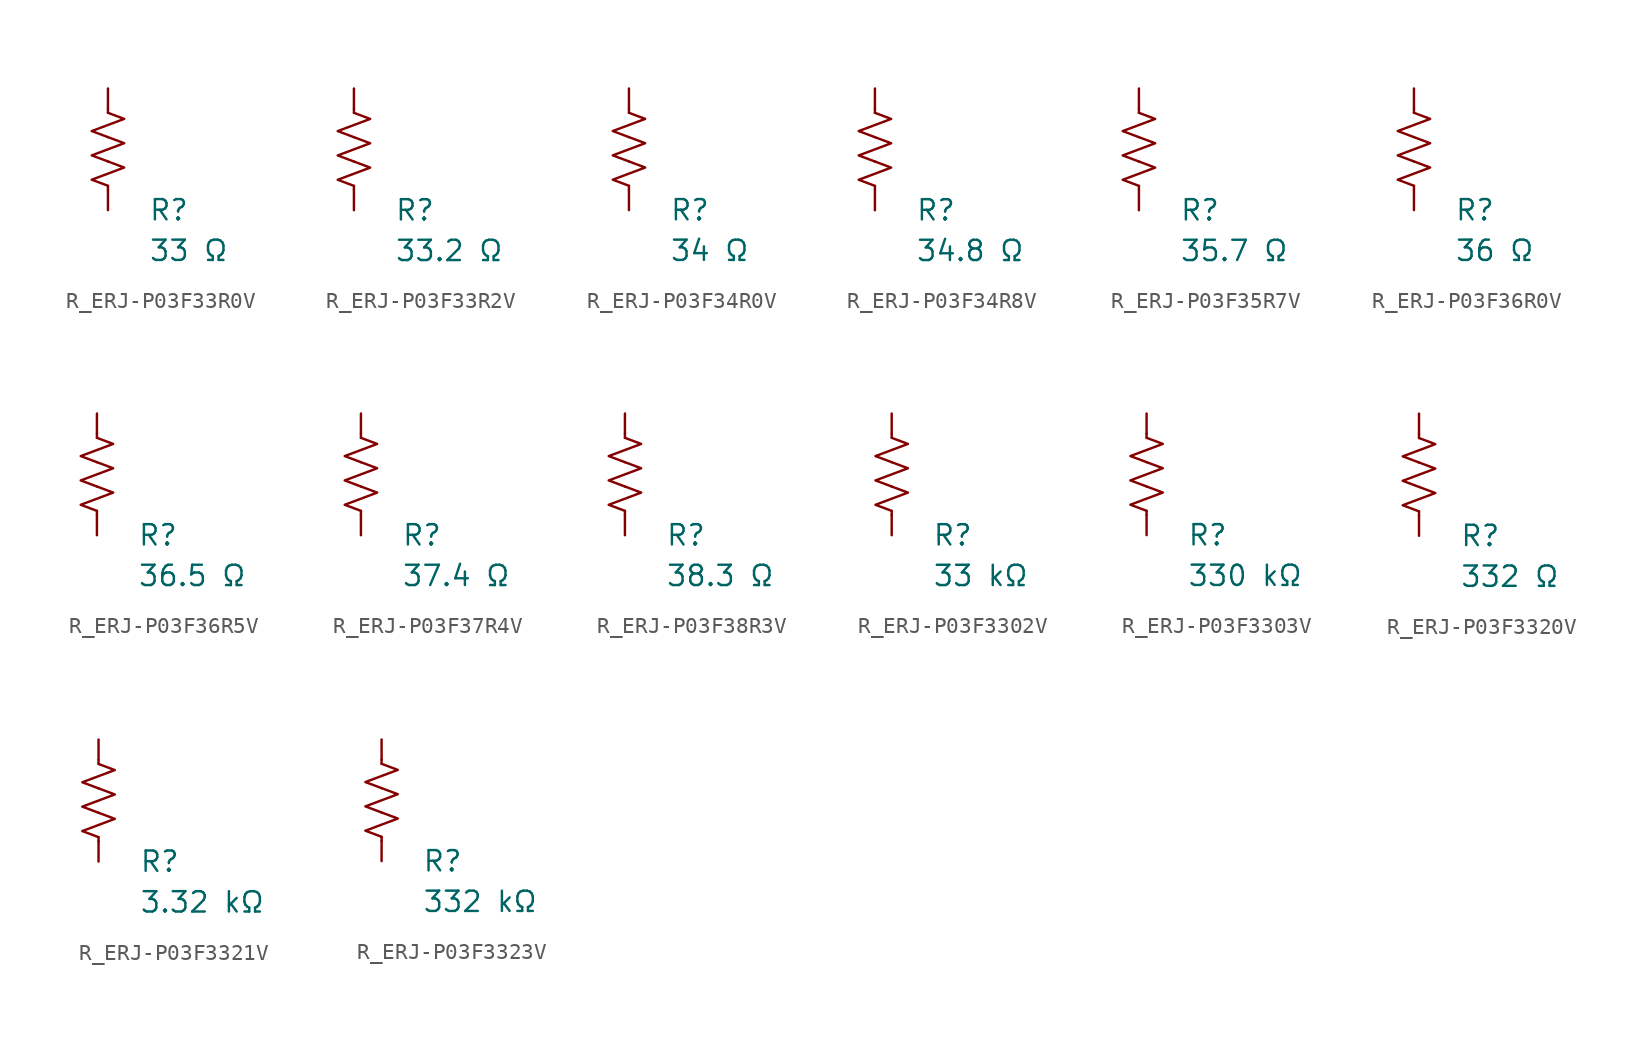
<source format=kicad_sym>
(kicad_symbol_lib
  (version 20231120)
  (generator "kicad_symbol_editor")
  (generator_version "8.0")
  (symbol "R_ERJ-P03F33R0V"
    (pin_numbers hide)
    (pin_names
      (offset 0))
    (property "Reference" "R"
      (at 2.54 -3.81 0)
      (effects (font (size 1.27 1.27)) (justify left))
      (show_name no))
    (property "Value" "33 Ω"
      (at 2.54 -6.35 0)
      (effects (font (size 1.27 1.27)) (justify left))
      (show_name no))
    (symbol "R_ERJ-P03F33R0V_0_1"
      (polyline (pts (xy 0 -2.286) (xy 0 -2.54)) (stroke (width 0) (type default)) (fill (type none)))
      (polyline (pts (xy 0 2.286) (xy 0 2.54)) (stroke (width 0) (type default)) (fill (type none)))
      (polyline (pts (xy 0 -0.762) (xy 1.016 -1.143) (xy 0 -1.524) (xy -1.016 -1.905) (xy 0 -2.286)) (stroke (width 0) (type default)) (fill (type none)))
      (polyline (pts (xy 0 0.762) (xy 1.016 0.381) (xy 0 0) (xy -1.016 -0.381) (xy 0 -0.762)) (stroke (width 0) (type default)) (fill (type none)))
      (polyline (pts (xy 0 2.286) (xy 1.016 1.905) (xy 0 1.524) (xy -1.016 1.143) (xy 0 0.762)) (stroke (width 0) (type default)) (fill (type none))))
    (symbol "R_ERJ-P03F33R0V_1_1"
      (pin passive line (at 0 3.81 270) (length 1.27) (name "~" (effects (font (size 1.27 1.27)))) (number "1" (effects (font (size 1.27 1.27)))))
      (pin passive line (at 0 -3.81 90) (length 1.27) (name "~" (effects (font (size 1.27 1.27)))) (number "2" (effects (font (size 1.27 1.27)))))))
  (symbol "R_ERJ-P03F33R2V"
    (pin_numbers hide)
    (pin_names
      (offset 0))
    (property "Reference" "R"
      (at 2.54 -3.81 0)
      (effects (font (size 1.27 1.27)) (justify left))
      (show_name no))
    (property "Value" "33.2 Ω"
      (at 2.54 -6.35 0)
      (effects (font (size 1.27 1.27)) (justify left))
      (show_name no))
    (symbol "R_ERJ-P03F33R2V_0_1"
      (polyline (pts (xy 0 -2.286) (xy 0 -2.54)) (stroke (width 0) (type default)) (fill (type none)))
      (polyline (pts (xy 0 2.286) (xy 0 2.54)) (stroke (width 0) (type default)) (fill (type none)))
      (polyline (pts (xy 0 -0.762) (xy 1.016 -1.143) (xy 0 -1.524) (xy -1.016 -1.905) (xy 0 -2.286)) (stroke (width 0) (type default)) (fill (type none)))
      (polyline (pts (xy 0 0.762) (xy 1.016 0.381) (xy 0 0) (xy -1.016 -0.381) (xy 0 -0.762)) (stroke (width 0) (type default)) (fill (type none)))
      (polyline (pts (xy 0 2.286) (xy 1.016 1.905) (xy 0 1.524) (xy -1.016 1.143) (xy 0 0.762)) (stroke (width 0) (type default)) (fill (type none))))
    (symbol "R_ERJ-P03F33R2V_1_1"
      (pin passive line (at 0 3.81 270) (length 1.27) (name "~" (effects (font (size 1.27 1.27)))) (number "1" (effects (font (size 1.27 1.27)))))
      (pin passive line (at 0 -3.81 90) (length 1.27) (name "~" (effects (font (size 1.27 1.27)))) (number "2" (effects (font (size 1.27 1.27)))))))
  (symbol "R_ERJ-P03F34R0V"
    (pin_numbers hide)
    (pin_names
      (offset 0))
    (property "Reference" "R"
      (at 2.54 -3.81 0)
      (effects (font (size 1.27 1.27)) (justify left))
      (show_name no))
    (property "Value" "34 Ω"
      (at 2.54 -6.35 0)
      (effects (font (size 1.27 1.27)) (justify left))
      (show_name no))
    (symbol "R_ERJ-P03F34R0V_0_1"
      (polyline (pts (xy 0 -2.286) (xy 0 -2.54)) (stroke (width 0) (type default)) (fill (type none)))
      (polyline (pts (xy 0 2.286) (xy 0 2.54)) (stroke (width 0) (type default)) (fill (type none)))
      (polyline (pts (xy 0 -0.762) (xy 1.016 -1.143) (xy 0 -1.524) (xy -1.016 -1.905) (xy 0 -2.286)) (stroke (width 0) (type default)) (fill (type none)))
      (polyline (pts (xy 0 0.762) (xy 1.016 0.381) (xy 0 0) (xy -1.016 -0.381) (xy 0 -0.762)) (stroke (width 0) (type default)) (fill (type none)))
      (polyline (pts (xy 0 2.286) (xy 1.016 1.905) (xy 0 1.524) (xy -1.016 1.143) (xy 0 0.762)) (stroke (width 0) (type default)) (fill (type none))))
    (symbol "R_ERJ-P03F34R0V_1_1"
      (pin passive line (at 0 3.81 270) (length 1.27) (name "~" (effects (font (size 1.27 1.27)))) (number "1" (effects (font (size 1.27 1.27)))))
      (pin passive line (at 0 -3.81 90) (length 1.27) (name "~" (effects (font (size 1.27 1.27)))) (number "2" (effects (font (size 1.27 1.27)))))))
  (symbol "R_ERJ-P03F34R8V"
    (pin_numbers hide)
    (pin_names
      (offset 0))
    (property "Reference" "R"
      (at 2.54 -3.81 0)
      (effects (font (size 1.27 1.27)) (justify left))
      (show_name no))
    (property "Value" "34.8 Ω"
      (at 2.54 -6.35 0)
      (effects (font (size 1.27 1.27)) (justify left))
      (show_name no))
    (symbol "R_ERJ-P03F34R8V_0_1"
      (polyline (pts (xy 0 -2.286) (xy 0 -2.54)) (stroke (width 0) (type default)) (fill (type none)))
      (polyline (pts (xy 0 2.286) (xy 0 2.54)) (stroke (width 0) (type default)) (fill (type none)))
      (polyline (pts (xy 0 -0.762) (xy 1.016 -1.143) (xy 0 -1.524) (xy -1.016 -1.905) (xy 0 -2.286)) (stroke (width 0) (type default)) (fill (type none)))
      (polyline (pts (xy 0 0.762) (xy 1.016 0.381) (xy 0 0) (xy -1.016 -0.381) (xy 0 -0.762)) (stroke (width 0) (type default)) (fill (type none)))
      (polyline (pts (xy 0 2.286) (xy 1.016 1.905) (xy 0 1.524) (xy -1.016 1.143) (xy 0 0.762)) (stroke (width 0) (type default)) (fill (type none))))
    (symbol "R_ERJ-P03F34R8V_1_1"
      (pin passive line (at 0 3.81 270) (length 1.27) (name "~" (effects (font (size 1.27 1.27)))) (number "1" (effects (font (size 1.27 1.27)))))
      (pin passive line (at 0 -3.81 90) (length 1.27) (name "~" (effects (font (size 1.27 1.27)))) (number "2" (effects (font (size 1.27 1.27)))))))
  (symbol "R_ERJ-P03F35R7V"
    (pin_numbers hide)
    (pin_names
      (offset 0))
    (property "Reference" "R"
      (at 2.54 -3.81 0)
      (effects (font (size 1.27 1.27)) (justify left))
      (show_name no))
    (property "Value" "35.7 Ω"
      (at 2.54 -6.35 0)
      (effects (font (size 1.27 1.27)) (justify left))
      (show_name no))
    (symbol "R_ERJ-P03F35R7V_0_1"
      (polyline (pts (xy 0 -2.286) (xy 0 -2.54)) (stroke (width 0) (type default)) (fill (type none)))
      (polyline (pts (xy 0 2.286) (xy 0 2.54)) (stroke (width 0) (type default)) (fill (type none)))
      (polyline (pts (xy 0 -0.762) (xy 1.016 -1.143) (xy 0 -1.524) (xy -1.016 -1.905) (xy 0 -2.286)) (stroke (width 0) (type default)) (fill (type none)))
      (polyline (pts (xy 0 0.762) (xy 1.016 0.381) (xy 0 0) (xy -1.016 -0.381) (xy 0 -0.762)) (stroke (width 0) (type default)) (fill (type none)))
      (polyline (pts (xy 0 2.286) (xy 1.016 1.905) (xy 0 1.524) (xy -1.016 1.143) (xy 0 0.762)) (stroke (width 0) (type default)) (fill (type none))))
    (symbol "R_ERJ-P03F35R7V_1_1"
      (pin passive line (at 0 3.81 270) (length 1.27) (name "~" (effects (font (size 1.27 1.27)))) (number "1" (effects (font (size 1.27 1.27)))))
      (pin passive line (at 0 -3.81 90) (length 1.27) (name "~" (effects (font (size 1.27 1.27)))) (number "2" (effects (font (size 1.27 1.27)))))))
  (symbol "R_ERJ-P03F36R0V"
    (pin_numbers hide)
    (pin_names
      (offset 0))
    (property "Reference" "R"
      (at 2.54 -3.81 0)
      (effects (font (size 1.27 1.27)) (justify left))
      (show_name no))
    (property "Value" "36 Ω"
      (at 2.54 -6.35 0)
      (effects (font (size 1.27 1.27)) (justify left))
      (show_name no))
    (symbol "R_ERJ-P03F36R0V_0_1"
      (polyline (pts (xy 0 -2.286) (xy 0 -2.54)) (stroke (width 0) (type default)) (fill (type none)))
      (polyline (pts (xy 0 2.286) (xy 0 2.54)) (stroke (width 0) (type default)) (fill (type none)))
      (polyline (pts (xy 0 -0.762) (xy 1.016 -1.143) (xy 0 -1.524) (xy -1.016 -1.905) (xy 0 -2.286)) (stroke (width 0) (type default)) (fill (type none)))
      (polyline (pts (xy 0 0.762) (xy 1.016 0.381) (xy 0 0) (xy -1.016 -0.381) (xy 0 -0.762)) (stroke (width 0) (type default)) (fill (type none)))
      (polyline (pts (xy 0 2.286) (xy 1.016 1.905) (xy 0 1.524) (xy -1.016 1.143) (xy 0 0.762)) (stroke (width 0) (type default)) (fill (type none))))
    (symbol "R_ERJ-P03F36R0V_1_1"
      (pin passive line (at 0 3.81 270) (length 1.27) (name "~" (effects (font (size 1.27 1.27)))) (number "1" (effects (font (size 1.27 1.27)))))
      (pin passive line (at 0 -3.81 90) (length 1.27) (name "~" (effects (font (size 1.27 1.27)))) (number "2" (effects (font (size 1.27 1.27)))))))
  (symbol "R_ERJ-P03F36R5V"
    (pin_numbers hide)
    (pin_names
      (offset 0))
    (property "Reference" "R"
      (at 2.54 -3.81 0)
      (effects (font (size 1.27 1.27)) (justify left))
      (show_name no))
    (property "Value" "36.5 Ω"
      (at 2.54 -6.35 0)
      (effects (font (size 1.27 1.27)) (justify left))
      (show_name no))
    (symbol "R_ERJ-P03F36R5V_0_1"
      (polyline (pts (xy 0 -2.286) (xy 0 -2.54)) (stroke (width 0) (type default)) (fill (type none)))
      (polyline (pts (xy 0 2.286) (xy 0 2.54)) (stroke (width 0) (type default)) (fill (type none)))
      (polyline (pts (xy 0 -0.762) (xy 1.016 -1.143) (xy 0 -1.524) (xy -1.016 -1.905) (xy 0 -2.286)) (stroke (width 0) (type default)) (fill (type none)))
      (polyline (pts (xy 0 0.762) (xy 1.016 0.381) (xy 0 0) (xy -1.016 -0.381) (xy 0 -0.762)) (stroke (width 0) (type default)) (fill (type none)))
      (polyline (pts (xy 0 2.286) (xy 1.016 1.905) (xy 0 1.524) (xy -1.016 1.143) (xy 0 0.762)) (stroke (width 0) (type default)) (fill (type none))))
    (symbol "R_ERJ-P03F36R5V_1_1"
      (pin passive line (at 0 3.81 270) (length 1.27) (name "~" (effects (font (size 1.27 1.27)))) (number "1" (effects (font (size 1.27 1.27)))))
      (pin passive line (at 0 -3.81 90) (length 1.27) (name "~" (effects (font (size 1.27 1.27)))) (number "2" (effects (font (size 1.27 1.27)))))))
  (symbol "R_ERJ-P03F37R4V"
    (pin_numbers hide)
    (pin_names
      (offset 0))
    (property "Reference" "R"
      (at 2.54 -3.81 0)
      (effects (font (size 1.27 1.27)) (justify left))
      (show_name no))
    (property "Value" "37.4 Ω"
      (at 2.54 -6.35 0)
      (effects (font (size 1.27 1.27)) (justify left))
      (show_name no))
    (symbol "R_ERJ-P03F37R4V_0_1"
      (polyline (pts (xy 0 -2.286) (xy 0 -2.54)) (stroke (width 0) (type default)) (fill (type none)))
      (polyline (pts (xy 0 2.286) (xy 0 2.54)) (stroke (width 0) (type default)) (fill (type none)))
      (polyline (pts (xy 0 -0.762) (xy 1.016 -1.143) (xy 0 -1.524) (xy -1.016 -1.905) (xy 0 -2.286)) (stroke (width 0) (type default)) (fill (type none)))
      (polyline (pts (xy 0 0.762) (xy 1.016 0.381) (xy 0 0) (xy -1.016 -0.381) (xy 0 -0.762)) (stroke (width 0) (type default)) (fill (type none)))
      (polyline (pts (xy 0 2.286) (xy 1.016 1.905) (xy 0 1.524) (xy -1.016 1.143) (xy 0 0.762)) (stroke (width 0) (type default)) (fill (type none))))
    (symbol "R_ERJ-P03F37R4V_1_1"
      (pin passive line (at 0 3.81 270) (length 1.27) (name "~" (effects (font (size 1.27 1.27)))) (number "1" (effects (font (size 1.27 1.27)))))
      (pin passive line (at 0 -3.81 90) (length 1.27) (name "~" (effects (font (size 1.27 1.27)))) (number "2" (effects (font (size 1.27 1.27)))))))
  (symbol "R_ERJ-P03F38R3V"
    (pin_numbers hide)
    (pin_names
      (offset 0))
    (property "Reference" "R"
      (at 2.54 -3.81 0)
      (effects (font (size 1.27 1.27)) (justify left))
      (show_name no))
    (property "Value" "38.3 Ω"
      (at 2.54 -6.35 0)
      (effects (font (size 1.27 1.27)) (justify left))
      (show_name no))
    (symbol "R_ERJ-P03F38R3V_0_1"
      (polyline (pts (xy 0 -2.286) (xy 0 -2.54)) (stroke (width 0) (type default)) (fill (type none)))
      (polyline (pts (xy 0 2.286) (xy 0 2.54)) (stroke (width 0) (type default)) (fill (type none)))
      (polyline (pts (xy 0 -0.762) (xy 1.016 -1.143) (xy 0 -1.524) (xy -1.016 -1.905) (xy 0 -2.286)) (stroke (width 0) (type default)) (fill (type none)))
      (polyline (pts (xy 0 0.762) (xy 1.016 0.381) (xy 0 0) (xy -1.016 -0.381) (xy 0 -0.762)) (stroke (width 0) (type default)) (fill (type none)))
      (polyline (pts (xy 0 2.286) (xy 1.016 1.905) (xy 0 1.524) (xy -1.016 1.143) (xy 0 0.762)) (stroke (width 0) (type default)) (fill (type none))))
    (symbol "R_ERJ-P03F38R3V_1_1"
      (pin passive line (at 0 3.81 270) (length 1.27) (name "~" (effects (font (size 1.27 1.27)))) (number "1" (effects (font (size 1.27 1.27)))))
      (pin passive line (at 0 -3.81 90) (length 1.27) (name "~" (effects (font (size 1.27 1.27)))) (number "2" (effects (font (size 1.27 1.27)))))))
  (symbol "R_ERJ-P03F3302V"
    (pin_numbers hide)
    (pin_names
      (offset 0))
    (property "Reference" "R"
      (at 2.54 -3.81 0)
      (effects (font (size 1.27 1.27)) (justify left))
      (show_name no))
    (property "Value" "33 kΩ"
      (at 2.54 -6.35 0)
      (effects (font (size 1.27 1.27)) (justify left))
      (show_name no))
    (symbol "R_ERJ-P03F3302V_0_1"
      (polyline (pts (xy 0 -2.286) (xy 0 -2.54)) (stroke (width 0) (type default)) (fill (type none)))
      (polyline (pts (xy 0 2.286) (xy 0 2.54)) (stroke (width 0) (type default)) (fill (type none)))
      (polyline (pts (xy 0 -0.762) (xy 1.016 -1.143) (xy 0 -1.524) (xy -1.016 -1.905) (xy 0 -2.286)) (stroke (width 0) (type default)) (fill (type none)))
      (polyline (pts (xy 0 0.762) (xy 1.016 0.381) (xy 0 0) (xy -1.016 -0.381) (xy 0 -0.762)) (stroke (width 0) (type default)) (fill (type none)))
      (polyline (pts (xy 0 2.286) (xy 1.016 1.905) (xy 0 1.524) (xy -1.016 1.143) (xy 0 0.762)) (stroke (width 0) (type default)) (fill (type none))))
    (symbol "R_ERJ-P03F3302V_1_1"
      (pin passive line (at 0 3.81 270) (length 1.27) (name "~" (effects (font (size 1.27 1.27)))) (number "1" (effects (font (size 1.27 1.27)))))
      (pin passive line (at 0 -3.81 90) (length 1.27) (name "~" (effects (font (size 1.27 1.27)))) (number "2" (effects (font (size 1.27 1.27)))))))
  (symbol "R_ERJ-P03F3303V"
    (pin_numbers hide)
    (pin_names
      (offset 0))
    (property "Reference" "R"
      (at 2.54 -3.81 0)
      (effects (font (size 1.27 1.27)) (justify left))
      (show_name no))
    (property "Value" "330 kΩ"
      (at 2.54 -6.35 0)
      (effects (font (size 1.27 1.27)) (justify left))
      (show_name no))
    (symbol "R_ERJ-P03F3303V_0_1"
      (polyline (pts (xy 0 -2.286) (xy 0 -2.54)) (stroke (width 0) (type default)) (fill (type none)))
      (polyline (pts (xy 0 2.286) (xy 0 2.54)) (stroke (width 0) (type default)) (fill (type none)))
      (polyline (pts (xy 0 -0.762) (xy 1.016 -1.143) (xy 0 -1.524) (xy -1.016 -1.905) (xy 0 -2.286)) (stroke (width 0) (type default)) (fill (type none)))
      (polyline (pts (xy 0 0.762) (xy 1.016 0.381) (xy 0 0) (xy -1.016 -0.381) (xy 0 -0.762)) (stroke (width 0) (type default)) (fill (type none)))
      (polyline (pts (xy 0 2.286) (xy 1.016 1.905) (xy 0 1.524) (xy -1.016 1.143) (xy 0 0.762)) (stroke (width 0) (type default)) (fill (type none))))
    (symbol "R_ERJ-P03F3303V_1_1"
      (pin passive line (at 0 3.81 270) (length 1.27) (name "~" (effects (font (size 1.27 1.27)))) (number "1" (effects (font (size 1.27 1.27)))))
      (pin passive line (at 0 -3.81 90) (length 1.27) (name "~" (effects (font (size 1.27 1.27)))) (number "2" (effects (font (size 1.27 1.27)))))))
  (symbol "R_ERJ-P03F3320V"
    (pin_numbers hide)
    (pin_names
      (offset 0))
    (property "Reference" "R"
      (at 2.54 -3.81 0)
      (effects (font (size 1.27 1.27)) (justify left))
      (show_name no))
    (property "Value" "332 Ω"
      (at 2.54 -6.35 0)
      (effects (font (size 1.27 1.27)) (justify left))
      (show_name no))
    (symbol "R_ERJ-P03F3320V_0_1"
      (polyline (pts (xy 0 -2.286) (xy 0 -2.54)) (stroke (width 0) (type default)) (fill (type none)))
      (polyline (pts (xy 0 2.286) (xy 0 2.54)) (stroke (width 0) (type default)) (fill (type none)))
      (polyline (pts (xy 0 -0.762) (xy 1.016 -1.143) (xy 0 -1.524) (xy -1.016 -1.905) (xy 0 -2.286)) (stroke (width 0) (type default)) (fill (type none)))
      (polyline (pts (xy 0 0.762) (xy 1.016 0.381) (xy 0 0) (xy -1.016 -0.381) (xy 0 -0.762)) (stroke (width 0) (type default)) (fill (type none)))
      (polyline (pts (xy 0 2.286) (xy 1.016 1.905) (xy 0 1.524) (xy -1.016 1.143) (xy 0 0.762)) (stroke (width 0) (type default)) (fill (type none))))
    (symbol "R_ERJ-P03F3320V_1_1"
      (pin passive line (at 0 3.81 270) (length 1.27) (name "~" (effects (font (size 1.27 1.27)))) (number "1" (effects (font (size 1.27 1.27)))))
      (pin passive line (at 0 -3.81 90) (length 1.27) (name "~" (effects (font (size 1.27 1.27)))) (number "2" (effects (font (size 1.27 1.27)))))))
  (symbol "R_ERJ-P03F3321V"
    (pin_numbers hide)
    (pin_names
      (offset 0))
    (property "Reference" "R"
      (at 2.54 -3.81 0)
      (effects (font (size 1.27 1.27)) (justify left))
      (show_name no))
    (property "Value" "3.32 kΩ"
      (at 2.54 -6.35 0)
      (effects (font (size 1.27 1.27)) (justify left))
      (show_name no))
    (symbol "R_ERJ-P03F3321V_0_1"
      (polyline (pts (xy 0 -2.286) (xy 0 -2.54)) (stroke (width 0) (type default)) (fill (type none)))
      (polyline (pts (xy 0 2.286) (xy 0 2.54)) (stroke (width 0) (type default)) (fill (type none)))
      (polyline (pts (xy 0 -0.762) (xy 1.016 -1.143) (xy 0 -1.524) (xy -1.016 -1.905) (xy 0 -2.286)) (stroke (width 0) (type default)) (fill (type none)))
      (polyline (pts (xy 0 0.762) (xy 1.016 0.381) (xy 0 0) (xy -1.016 -0.381) (xy 0 -0.762)) (stroke (width 0) (type default)) (fill (type none)))
      (polyline (pts (xy 0 2.286) (xy 1.016 1.905) (xy 0 1.524) (xy -1.016 1.143) (xy 0 0.762)) (stroke (width 0) (type default)) (fill (type none))))
    (symbol "R_ERJ-P03F3321V_1_1"
      (pin passive line (at 0 3.81 270) (length 1.27) (name "~" (effects (font (size 1.27 1.27)))) (number "1" (effects (font (size 1.27 1.27)))))
      (pin passive line (at 0 -3.81 90) (length 1.27) (name "~" (effects (font (size 1.27 1.27)))) (number "2" (effects (font (size 1.27 1.27)))))))
  (symbol "R_ERJ-P03F3323V"
    (pin_numbers hide)
    (pin_names
      (offset 0))
    (property "Reference" "R"
      (at 2.54 -3.81 0)
      (effects (font (size 1.27 1.27)) (justify left))
      (show_name no))
    (property "Value" "332 kΩ"
      (at 2.54 -6.35 0)
      (effects (font (size 1.27 1.27)) (justify left))
      (show_name no))
    (symbol "R_ERJ-P03F3323V_0_1"
      (polyline (pts (xy 0 -2.286) (xy 0 -2.54)) (stroke (width 0) (type default)) (fill (type none)))
      (polyline (pts (xy 0 2.286) (xy 0 2.54)) (stroke (width 0) (type default)) (fill (type none)))
      (polyline (pts (xy 0 -0.762) (xy 1.016 -1.143) (xy 0 -1.524) (xy -1.016 -1.905) (xy 0 -2.286)) (stroke (width 0) (type default)) (fill (type none)))
      (polyline (pts (xy 0 0.762) (xy 1.016 0.381) (xy 0 0) (xy -1.016 -0.381) (xy 0 -0.762)) (stroke (width 0) (type default)) (fill (type none)))
      (polyline (pts (xy 0 2.286) (xy 1.016 1.905) (xy 0 1.524) (xy -1.016 1.143) (xy 0 0.762)) (stroke (width 0) (type default)) (fill (type none))))
    (symbol "R_ERJ-P03F3323V_1_1"
      (pin passive line (at 0 3.81 270) (length 1.27) (name "~" (effects (font (size 1.27 1.27)))) (number "1" (effects (font (size 1.27 1.27)))))
      (pin passive line (at 0 -3.81 90) (length 1.27) (name "~" (effects (font (size 1.27 1.27)))) (number "2" (effects (font (size 1.27 1.27))))))))
</source>
